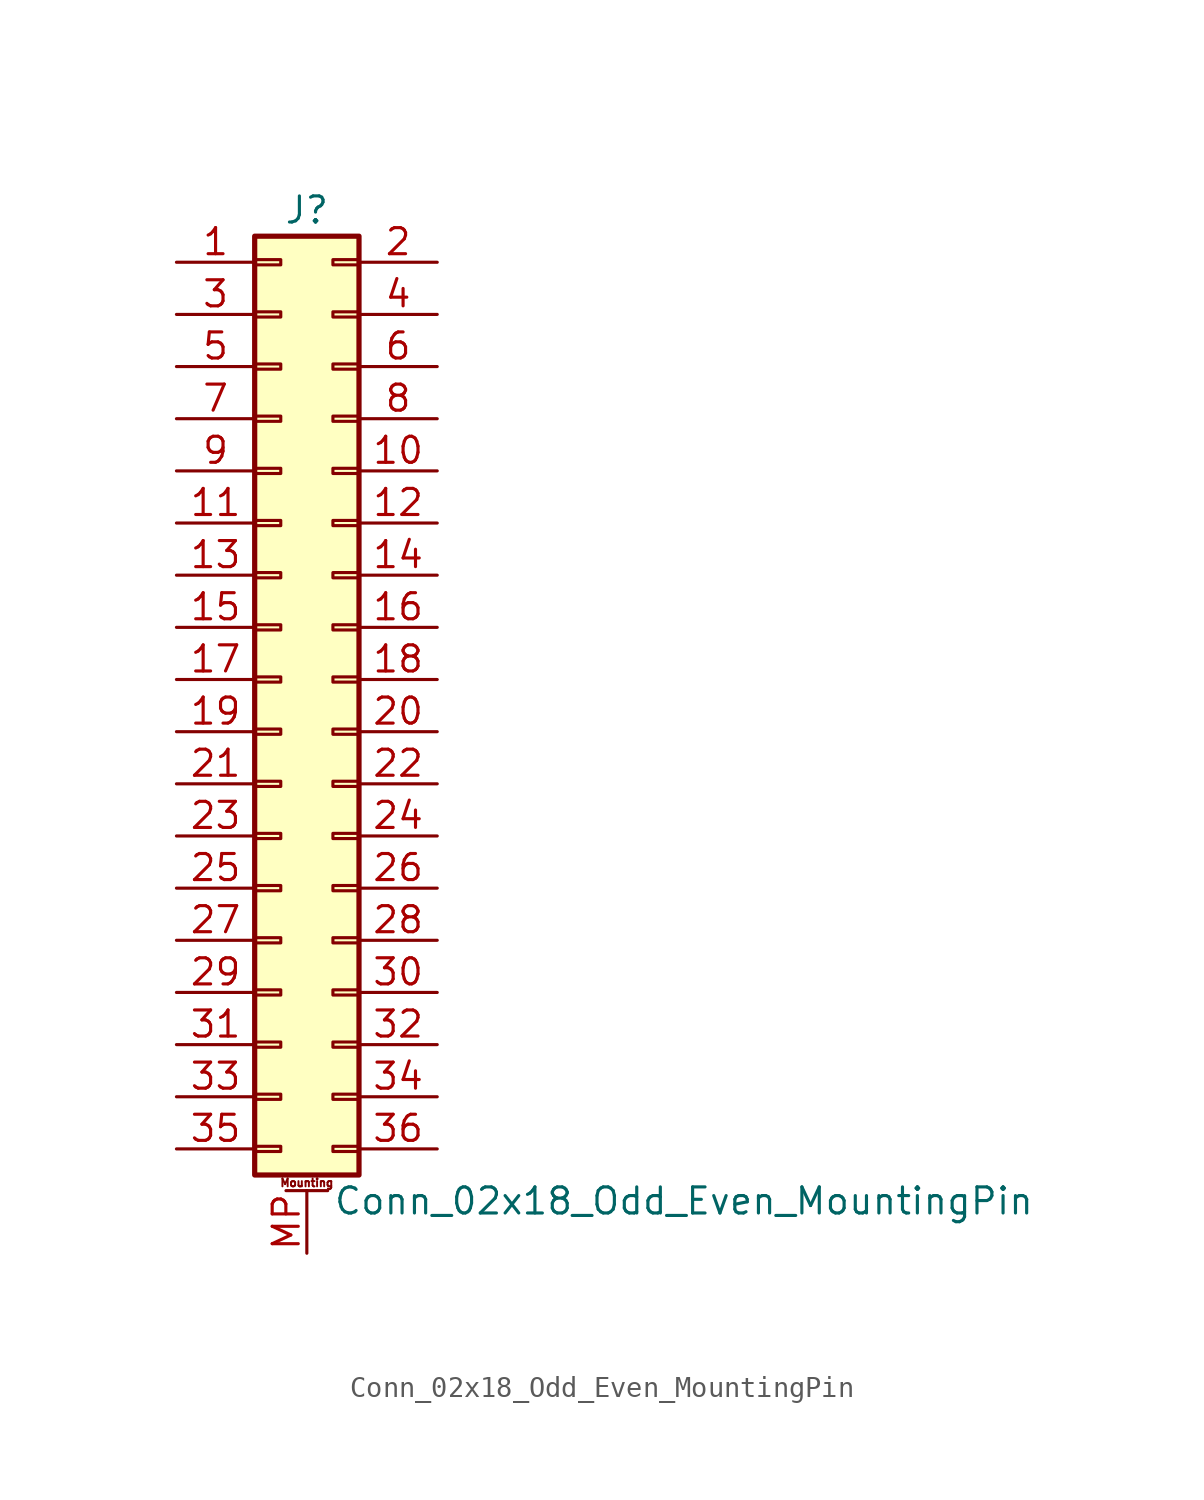
<source format=kicad_sym>
(kicad_symbol_lib
  (version 20211014)
  (generator kicad_symbol_editor)
  (symbol "Conn_02x18_Odd_Even_MountingPin"
    (pin_names
      (offset 1.016) hide)
    (property "Reference" "J"
      (at 1.27 22.86 0)
      (effects (font (size 1.27 1.27))))
    (property "Value" "Conn_02x18_Odd_Even_MountingPin"
      (at 2.54 -25.4 0)
      (effects (font (size 1.27 1.27)) (justify left)))
    (symbol "Conn_02x18_Odd_Even_MountingPin_1_1"
      (rectangle (start -1.27 -22.733) (end 0 -22.987) (stroke (width 0.152) (type default) (color 0 0 0 0)) (fill (type none)))
      (rectangle (start -1.27 -20.193) (end 0 -20.447) (stroke (width 0.152) (type default) (color 0 0 0 0)) (fill (type none)))
      (rectangle (start -1.27 -17.653) (end 0 -17.907) (stroke (width 0.152) (type default) (color 0 0 0 0)) (fill (type none)))
      (rectangle (start -1.27 -15.113) (end 0 -15.367) (stroke (width 0.152) (type default) (color 0 0 0 0)) (fill (type none)))
      (rectangle (start -1.27 -12.573) (end 0 -12.827) (stroke (width 0.152) (type default) (color 0 0 0 0)) (fill (type none)))
      (rectangle (start -1.27 -10.033) (end 0 -10.287) (stroke (width 0.152) (type default) (color 0 0 0 0)) (fill (type none)))
      (rectangle (start -1.27 -7.493) (end 0 -7.747) (stroke (width 0.152) (type default) (color 0 0 0 0)) (fill (type none)))
      (rectangle (start -1.27 -4.953) (end 0 -5.207) (stroke (width 0.152) (type default) (color 0 0 0 0)) (fill (type none)))
      (rectangle (start -1.27 -2.413) (end 0 -2.667) (stroke (width 0.152) (type default) (color 0 0 0 0)) (fill (type none)))
      (rectangle (start -1.27 0.127) (end 0 -0.127) (stroke (width 0.152) (type default) (color 0 0 0 0)) (fill (type none)))
      (rectangle (start -1.27 2.667) (end 0 2.413) (stroke (width 0.152) (type default) (color 0 0 0 0)) (fill (type none)))
      (rectangle (start -1.27 5.207) (end 0 4.953) (stroke (width 0.152) (type default) (color 0 0 0 0)) (fill (type none)))
      (rectangle (start -1.27 7.747) (end 0 7.493) (stroke (width 0.152) (type default) (color 0 0 0 0)) (fill (type none)))
      (rectangle (start -1.27 10.287) (end 0 10.033) (stroke (width 0.152) (type default) (color 0 0 0 0)) (fill (type none)))
      (rectangle (start -1.27 12.827) (end 0 12.573) (stroke (width 0.152) (type default) (color 0 0 0 0)) (fill (type none)))
      (rectangle (start -1.27 15.367) (end 0 15.113) (stroke (width 0.152) (type default) (color 0 0 0 0)) (fill (type none)))
      (rectangle (start -1.27 17.907) (end 0 17.653) (stroke (width 0.152) (type default) (color 0 0 0 0)) (fill (type none)))
      (rectangle (start -1.27 20.447) (end 0 20.193) (stroke (width 0.152) (type default) (color 0 0 0 0)) (fill (type none)))
      (rectangle (start -1.27 21.59) (end 3.81 -24.13) (stroke (width 0.254) (type default) (color 0 0 0 0)) (fill (type background)))
      (polyline (pts (xy 0.254 -24.892) (xy 2.286 -24.892)) (stroke (width 0.152) (type default) (color 0 0 0 0)) (fill (type none)))
      (rectangle (start 3.81 -22.733) (end 2.54 -22.987) (stroke (width 0.152) (type default) (color 0 0 0 0)) (fill (type none)))
      (rectangle (start 3.81 -20.193) (end 2.54 -20.447) (stroke (width 0.152) (type default) (color 0 0 0 0)) (fill (type none)))
      (rectangle (start 3.81 -17.653) (end 2.54 -17.907) (stroke (width 0.152) (type default) (color 0 0 0 0)) (fill (type none)))
      (rectangle (start 3.81 -15.113) (end 2.54 -15.367) (stroke (width 0.152) (type default) (color 0 0 0 0)) (fill (type none)))
      (rectangle (start 3.81 -12.573) (end 2.54 -12.827) (stroke (width 0.152) (type default) (color 0 0 0 0)) (fill (type none)))
      (rectangle (start 3.81 -10.033) (end 2.54 -10.287) (stroke (width 0.152) (type default) (color 0 0 0 0)) (fill (type none)))
      (rectangle (start 3.81 -7.493) (end 2.54 -7.747) (stroke (width 0.152) (type default) (color 0 0 0 0)) (fill (type none)))
      (rectangle (start 3.81 -4.953) (end 2.54 -5.207) (stroke (width 0.152) (type default) (color 0 0 0 0)) (fill (type none)))
      (rectangle (start 3.81 -2.413) (end 2.54 -2.667) (stroke (width 0.152) (type default) (color 0 0 0 0)) (fill (type none)))
      (rectangle (start 3.81 0.127) (end 2.54 -0.127) (stroke (width 0.152) (type default) (color 0 0 0 0)) (fill (type none)))
      (rectangle (start 3.81 2.667) (end 2.54 2.413) (stroke (width 0.152) (type default) (color 0 0 0 0)) (fill (type none)))
      (rectangle (start 3.81 5.207) (end 2.54 4.953) (stroke (width 0.152) (type default) (color 0 0 0 0)) (fill (type none)))
      (rectangle (start 3.81 7.747) (end 2.54 7.493) (stroke (width 0.152) (type default) (color 0 0 0 0)) (fill (type none)))
      (rectangle (start 3.81 10.287) (end 2.54 10.033) (stroke (width 0.152) (type default) (color 0 0 0 0)) (fill (type none)))
      (rectangle (start 3.81 12.827) (end 2.54 12.573) (stroke (width 0.152) (type default) (color 0 0 0 0)) (fill (type none)))
      (rectangle (start 3.81 15.367) (end 2.54 15.113) (stroke (width 0.152) (type default) (color 0 0 0 0)) (fill (type none)))
      (rectangle (start 3.81 17.907) (end 2.54 17.653) (stroke (width 0.152) (type default) (color 0 0 0 0)) (fill (type none)))
      (rectangle (start 3.81 20.447) (end 2.54 20.193) (stroke (width 0.152) (type default) (color 0 0 0 0)) (fill (type none)))
      (text "Mounting" (at 1.27 -24.511 0) (effects (font (size 0.381 0.381))))
      (pin passive line (at -5.08 20.32 0) (length 3.81) (name "Pin_1" (effects (font (size 1.27 1.27)))) (number "1" (effects (font (size 1.27 1.27)))))
      (pin passive line (at 7.62 10.16 180) (length 3.81) (name "Pin_10" (effects (font (size 1.27 1.27)))) (number "10" (effects (font (size 1.27 1.27)))))
      (pin passive line (at -5.08 7.62 0) (length 3.81) (name "Pin_11" (effects (font (size 1.27 1.27)))) (number "11" (effects (font (size 1.27 1.27)))))
      (pin passive line (at 7.62 7.62 180) (length 3.81) (name "Pin_12" (effects (font (size 1.27 1.27)))) (number "12" (effects (font (size 1.27 1.27)))))
      (pin passive line (at -5.08 5.08 0) (length 3.81) (name "Pin_13" (effects (font (size 1.27 1.27)))) (number "13" (effects (font (size 1.27 1.27)))))
      (pin passive line (at 7.62 5.08 180) (length 3.81) (name "Pin_14" (effects (font (size 1.27 1.27)))) (number "14" (effects (font (size 1.27 1.27)))))
      (pin passive line (at -5.08 2.54 0) (length 3.81) (name "Pin_15" (effects (font (size 1.27 1.27)))) (number "15" (effects (font (size 1.27 1.27)))))
      (pin passive line (at 7.62 2.54 180) (length 3.81) (name "Pin_16" (effects (font (size 1.27 1.27)))) (number "16" (effects (font (size 1.27 1.27)))))
      (pin passive line (at -5.08 0 0) (length 3.81) (name "Pin_17" (effects (font (size 1.27 1.27)))) (number "17" (effects (font (size 1.27 1.27)))))
      (pin passive line (at 7.62 0 180) (length 3.81) (name "Pin_18" (effects (font (size 1.27 1.27)))) (number "18" (effects (font (size 1.27 1.27)))))
      (pin passive line (at -5.08 -2.54 0) (length 3.81) (name "Pin_19" (effects (font (size 1.27 1.27)))) (number "19" (effects (font (size 1.27 1.27)))))
      (pin passive line (at 7.62 20.32 180) (length 3.81) (name "Pin_2" (effects (font (size 1.27 1.27)))) (number "2" (effects (font (size 1.27 1.27)))))
      (pin passive line (at 7.62 -2.54 180) (length 3.81) (name "Pin_20" (effects (font (size 1.27 1.27)))) (number "20" (effects (font (size 1.27 1.27)))))
      (pin passive line (at -5.08 -5.08 0) (length 3.81) (name "Pin_21" (effects (font (size 1.27 1.27)))) (number "21" (effects (font (size 1.27 1.27)))))
      (pin passive line (at 7.62 -5.08 180) (length 3.81) (name "Pin_22" (effects (font (size 1.27 1.27)))) (number "22" (effects (font (size 1.27 1.27)))))
      (pin passive line (at -5.08 -7.62 0) (length 3.81) (name "Pin_23" (effects (font (size 1.27 1.27)))) (number "23" (effects (font (size 1.27 1.27)))))
      (pin passive line (at 7.62 -7.62 180) (length 3.81) (name "Pin_24" (effects (font (size 1.27 1.27)))) (number "24" (effects (font (size 1.27 1.27)))))
      (pin passive line (at -5.08 -10.16 0) (length 3.81) (name "Pin_25" (effects (font (size 1.27 1.27)))) (number "25" (effects (font (size 1.27 1.27)))))
      (pin passive line (at 7.62 -10.16 180) (length 3.81) (name "Pin_26" (effects (font (size 1.27 1.27)))) (number "26" (effects (font (size 1.27 1.27)))))
      (pin passive line (at -5.08 -12.7 0) (length 3.81) (name "Pin_27" (effects (font (size 1.27 1.27)))) (number "27" (effects (font (size 1.27 1.27)))))
      (pin passive line (at 7.62 -12.7 180) (length 3.81) (name "Pin_28" (effects (font (size 1.27 1.27)))) (number "28" (effects (font (size 1.27 1.27)))))
      (pin passive line (at -5.08 -15.24 0) (length 3.81) (name "Pin_29" (effects (font (size 1.27 1.27)))) (number "29" (effects (font (size 1.27 1.27)))))
      (pin passive line (at -5.08 17.78 0) (length 3.81) (name "Pin_3" (effects (font (size 1.27 1.27)))) (number "3" (effects (font (size 1.27 1.27)))))
      (pin passive line (at 7.62 -15.24 180) (length 3.81) (name "Pin_30" (effects (font (size 1.27 1.27)))) (number "30" (effects (font (size 1.27 1.27)))))
      (pin passive line (at -5.08 -17.78 0) (length 3.81) (name "Pin_31" (effects (font (size 1.27 1.27)))) (number "31" (effects (font (size 1.27 1.27)))))
      (pin passive line (at 7.62 -17.78 180) (length 3.81) (name "Pin_32" (effects (font (size 1.27 1.27)))) (number "32" (effects (font (size 1.27 1.27)))))
      (pin passive line (at -5.08 -20.32 0) (length 3.81) (name "Pin_33" (effects (font (size 1.27 1.27)))) (number "33" (effects (font (size 1.27 1.27)))))
      (pin passive line (at 7.62 -20.32 180) (length 3.81) (name "Pin_34" (effects (font (size 1.27 1.27)))) (number "34" (effects (font (size 1.27 1.27)))))
      (pin passive line (at -5.08 -22.86 0) (length 3.81) (name "Pin_35" (effects (font (size 1.27 1.27)))) (number "35" (effects (font (size 1.27 1.27)))))
      (pin passive line (at 7.62 -22.86 180) (length 3.81) (name "Pin_36" (effects (font (size 1.27 1.27)))) (number "36" (effects (font (size 1.27 1.27)))))
      (pin passive line (at 7.62 17.78 180) (length 3.81) (name "Pin_4" (effects (font (size 1.27 1.27)))) (number "4" (effects (font (size 1.27 1.27)))))
      (pin passive line (at -5.08 15.24 0) (length 3.81) (name "Pin_5" (effects (font (size 1.27 1.27)))) (number "5" (effects (font (size 1.27 1.27)))))
      (pin passive line (at 7.62 15.24 180) (length 3.81) (name "Pin_6" (effects (font (size 1.27 1.27)))) (number "6" (effects (font (size 1.27 1.27)))))
      (pin passive line (at -5.08 12.7 0) (length 3.81) (name "Pin_7" (effects (font (size 1.27 1.27)))) (number "7" (effects (font (size 1.27 1.27)))))
      (pin passive line (at 7.62 12.7 180) (length 3.81) (name "Pin_8" (effects (font (size 1.27 1.27)))) (number "8" (effects (font (size 1.27 1.27)))))
      (pin passive line (at -5.08 10.16 0) (length 3.81) (name "Pin_9" (effects (font (size 1.27 1.27)))) (number "9" (effects (font (size 1.27 1.27)))))
      (pin passive line (at 1.27 -27.94 90) (length 3.048) (name "MountPin" (effects (font (size 1.27 1.27)))) (number "MP" (effects (font (size 1.27 1.27))))))))
</source>
